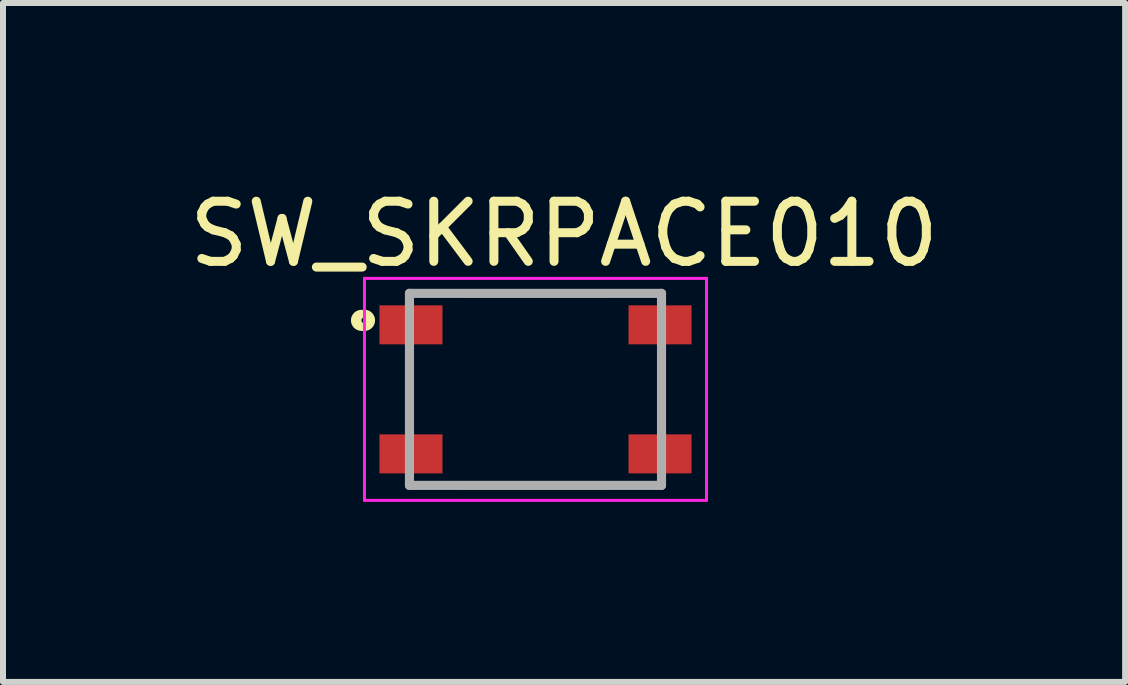
<source format=kicad_pcb>
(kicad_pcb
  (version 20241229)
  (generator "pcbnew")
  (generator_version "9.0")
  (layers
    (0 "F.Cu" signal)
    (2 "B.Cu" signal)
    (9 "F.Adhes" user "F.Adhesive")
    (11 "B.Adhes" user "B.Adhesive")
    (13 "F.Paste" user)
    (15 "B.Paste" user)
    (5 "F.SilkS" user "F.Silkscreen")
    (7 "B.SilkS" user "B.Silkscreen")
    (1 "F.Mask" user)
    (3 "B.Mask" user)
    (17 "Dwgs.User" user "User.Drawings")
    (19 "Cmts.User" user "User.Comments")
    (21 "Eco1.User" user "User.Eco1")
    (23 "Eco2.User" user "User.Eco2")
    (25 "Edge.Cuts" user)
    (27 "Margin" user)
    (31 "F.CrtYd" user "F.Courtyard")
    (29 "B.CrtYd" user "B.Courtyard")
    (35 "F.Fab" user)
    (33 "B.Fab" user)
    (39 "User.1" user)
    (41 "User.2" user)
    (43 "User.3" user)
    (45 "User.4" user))
  (footprint "SW_SKRPACE010"
    (layer "F.Cu")
    (at 5.873 3.438)
    (property "Reference" "SW_SKRPACE010" (at 0.476 -2.589 0) (layer "F.SilkS") (effects (font (size 1.002 1.002) (thickness 0.15))))
    (attr smd)
    (fp_line (start -2.1 -0.5) (end -2.1 0.5) (stroke (width 0.127) (type solid)) (layer "F.SilkS"))
    (fp_line (start -1.25 -1.6) (end 1.25 -1.6) (stroke (width 0.127) (type solid)) (layer "F.SilkS"))
    (fp_line (start -1.25 1.6) (end 1.25 1.6) (stroke (width 0.127) (type solid)) (layer "F.SilkS"))
    (fp_line (start 2.1 -0.5) (end 2.1 0.5) (stroke (width 0.127) (type solid)) (layer "F.SilkS"))
    (fp_circle (center -2.9 -1.15) (end -2.788 -1.15) (stroke (width 0.127) (type solid)) (fill no) (layer "F.SilkS"))
    (fp_circle (center -2.85 -1.15) (end -2.8 -1.15) (stroke (width 0.127) (type solid)) (fill no) (layer "F.SilkS"))
    (fp_line (start -2.85 -1.85) (end 2.85 -1.85) (stroke (width 0.05) (type solid)) (layer "F.CrtYd"))
    (fp_line (start -2.85 1.85) (end -2.85 -1.85) (stroke (width 0.05) (type solid)) (layer "F.CrtYd"))
    (fp_line (start 2.85 -1.85) (end 2.85 1.85) (stroke (width 0.05) (type solid)) (layer "F.CrtYd"))
    (fp_line (start 2.85 1.85) (end -2.85 1.85) (stroke (width 0.05) (type solid)) (layer "F.CrtYd"))
    (fp_line (start -2.1 -1.6) (end 2.1 -1.6) (stroke (width 0.152) (type solid)) (layer "F.Fab"))
    (fp_line (start -2.1 1.6) (end -2.1 -1.6) (stroke (width 0.152) (type solid)) (layer "F.Fab"))
    (fp_line (start 2.1 -1.6) (end 2.1 1.6) (stroke (width 0.152) (type solid)) (layer "F.Fab"))
    (fp_line (start 2.1 1.6) (end -2.1 1.6) (stroke (width 0.152) (type solid)) (layer "F.Fab"))
    (pad "1" smd rect (at -2.075 -1.075) (size 1.05 0.65) (layers "F.Cu" "F.Mask" "F.Paste"))
    (pad "2" smd rect (at -2.075 1.075) (size 1.05 0.65) (layers "F.Cu" "F.Mask" "F.Paste"))
    (pad "3" smd rect (at 2.075 -1.075) (size 1.05 0.65) (layers "F.Cu" "F.Mask" "F.Paste"))
    (pad "4" smd rect (at 2.075 1.075) (size 1.05 0.65) (layers "F.Cu" "F.Mask" "F.Paste")))
  (gr_rect
    (start -3 -3)
    (end 15.698 8.313)
    (stroke (width 0.1) (type default))
    (fill no)
    (layer "Edge.Cuts")))
</source>
